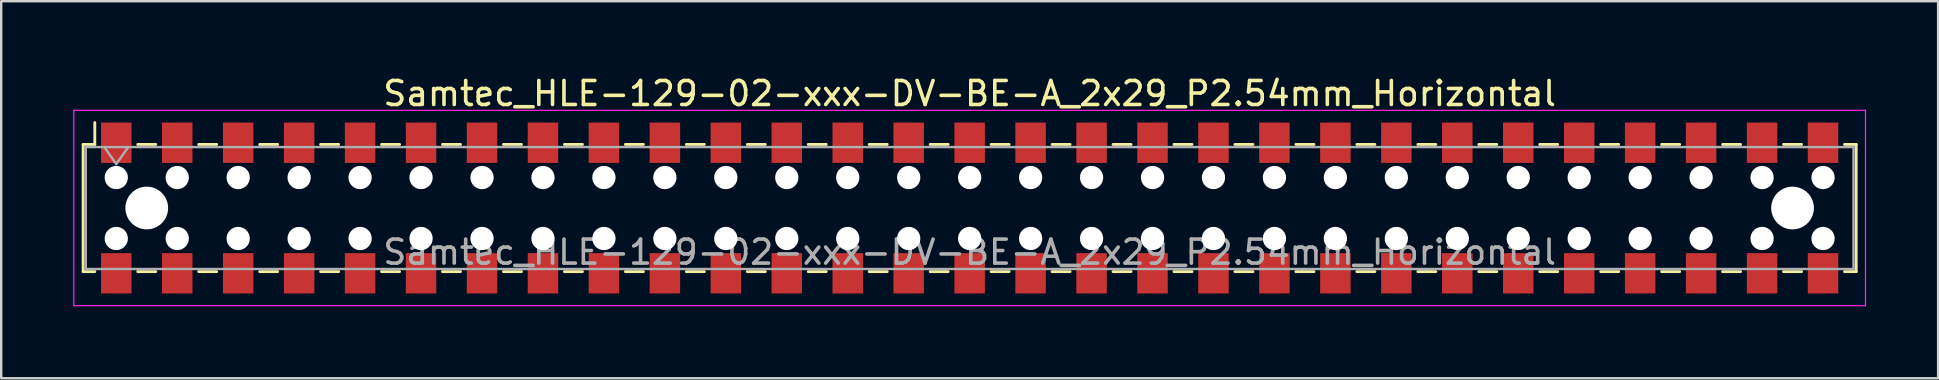
<source format=kicad_pcb>
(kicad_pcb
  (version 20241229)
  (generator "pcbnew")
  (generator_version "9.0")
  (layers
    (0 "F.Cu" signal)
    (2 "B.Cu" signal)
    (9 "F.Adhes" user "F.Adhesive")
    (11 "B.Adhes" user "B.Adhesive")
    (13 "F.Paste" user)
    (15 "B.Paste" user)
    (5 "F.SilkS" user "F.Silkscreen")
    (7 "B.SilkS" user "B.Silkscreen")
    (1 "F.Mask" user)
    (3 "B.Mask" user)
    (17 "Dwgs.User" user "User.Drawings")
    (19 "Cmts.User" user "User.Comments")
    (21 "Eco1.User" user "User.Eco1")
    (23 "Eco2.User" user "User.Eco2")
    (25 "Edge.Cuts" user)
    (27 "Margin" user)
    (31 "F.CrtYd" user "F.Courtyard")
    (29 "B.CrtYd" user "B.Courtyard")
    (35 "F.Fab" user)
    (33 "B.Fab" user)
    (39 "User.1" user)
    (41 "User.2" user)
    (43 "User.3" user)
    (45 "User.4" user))
  (footprint "Samtec_HLE-129-02-xxx-DV-BE-A_2x29_P2.54mm_Horizontal"
    (layer "F.Cu")
    (at 37.355 5.618)
    (property "Reference" "Samtec_HLE-129-02-xxx-DV-BE-A_2x29_P2.54mm_Horizontal" (at 0 -4.77 0) (layer "F.SilkS") (effects (font (size 1 1) (thickness 0.15))))
    (attr smd)
    (fp_line (start -36.94 -2.65) (end -36.94 2.65) (stroke (width 0.12) (type solid)) (layer "F.SilkS"))
    (fp_line (start -36.94 2.65) (end -36.455 2.65) (stroke (width 0.12) (type solid)) (layer "F.SilkS"))
    (fp_line (start -36.455 -3.56) (end -36.455 -2.65) (stroke (width 0.12) (type solid)) (layer "F.SilkS"))
    (fp_line (start -36.455 -2.65) (end -36.94 -2.65) (stroke (width 0.12) (type solid)) (layer "F.SilkS"))
    (fp_line (start -34.665 -2.65) (end -33.915 -2.65) (stroke (width 0.12) (type solid)) (layer "F.SilkS"))
    (fp_line (start -34.665 2.65) (end -33.915 2.65) (stroke (width 0.12) (type solid)) (layer "F.SilkS"))
    (fp_line (start -32.125 -2.65) (end -31.375 -2.65) (stroke (width 0.12) (type solid)) (layer "F.SilkS"))
    (fp_line (start -32.125 2.65) (end -31.375 2.65) (stroke (width 0.12) (type solid)) (layer "F.SilkS"))
    (fp_line (start -29.585 -2.65) (end -28.835 -2.65) (stroke (width 0.12) (type solid)) (layer "F.SilkS"))
    (fp_line (start -29.585 2.65) (end -28.835 2.65) (stroke (width 0.12) (type solid)) (layer "F.SilkS"))
    (fp_line (start -27.045 -2.65) (end -26.295 -2.65) (stroke (width 0.12) (type solid)) (layer "F.SilkS"))
    (fp_line (start -27.045 2.65) (end -26.295 2.65) (stroke (width 0.12) (type solid)) (layer "F.SilkS"))
    (fp_line (start -24.505 -2.65) (end -23.755 -2.65) (stroke (width 0.12) (type solid)) (layer "F.SilkS"))
    (fp_line (start -24.505 2.65) (end -23.755 2.65) (stroke (width 0.12) (type solid)) (layer "F.SilkS"))
    (fp_line (start -21.965 -2.65) (end -21.215 -2.65) (stroke (width 0.12) (type solid)) (layer "F.SilkS"))
    (fp_line (start -21.965 2.65) (end -21.215 2.65) (stroke (width 0.12) (type solid)) (layer "F.SilkS"))
    (fp_line (start -19.425 -2.65) (end -18.675 -2.65) (stroke (width 0.12) (type solid)) (layer "F.SilkS"))
    (fp_line (start -19.425 2.65) (end -18.675 2.65) (stroke (width 0.12) (type solid)) (layer "F.SilkS"))
    (fp_line (start -16.885 -2.65) (end -16.135 -2.65) (stroke (width 0.12) (type solid)) (layer "F.SilkS"))
    (fp_line (start -16.885 2.65) (end -16.135 2.65) (stroke (width 0.12) (type solid)) (layer "F.SilkS"))
    (fp_line (start -14.345 -2.65) (end -13.595 -2.65) (stroke (width 0.12) (type solid)) (layer "F.SilkS"))
    (fp_line (start -14.345 2.65) (end -13.595 2.65) (stroke (width 0.12) (type solid)) (layer "F.SilkS"))
    (fp_line (start -11.805 -2.65) (end -11.055 -2.65) (stroke (width 0.12) (type solid)) (layer "F.SilkS"))
    (fp_line (start -11.805 2.65) (end -11.055 2.65) (stroke (width 0.12) (type solid)) (layer "F.SilkS"))
    (fp_line (start -9.265 -2.65) (end -8.515 -2.65) (stroke (width 0.12) (type solid)) (layer "F.SilkS"))
    (fp_line (start -9.265 2.65) (end -8.515 2.65) (stroke (width 0.12) (type solid)) (layer "F.SilkS"))
    (fp_line (start -6.725 -2.65) (end -5.975 -2.65) (stroke (width 0.12) (type solid)) (layer "F.SilkS"))
    (fp_line (start -6.725 2.65) (end -5.975 2.65) (stroke (width 0.12) (type solid)) (layer "F.SilkS"))
    (fp_line (start -4.185 -2.65) (end -3.435 -2.65) (stroke (width 0.12) (type solid)) (layer "F.SilkS"))
    (fp_line (start -4.185 2.65) (end -3.435 2.65) (stroke (width 0.12) (type solid)) (layer "F.SilkS"))
    (fp_line (start -1.645 -2.65) (end -0.895 -2.65) (stroke (width 0.12) (type solid)) (layer "F.SilkS"))
    (fp_line (start -1.645 2.65) (end -0.895 2.65) (stroke (width 0.12) (type solid)) (layer "F.SilkS"))
    (fp_line (start 0.895 -2.65) (end 1.645 -2.65) (stroke (width 0.12) (type solid)) (layer "F.SilkS"))
    (fp_line (start 0.895 2.65) (end 1.645 2.65) (stroke (width 0.12) (type solid)) (layer "F.SilkS"))
    (fp_line (start 3.435 -2.65) (end 4.185 -2.65) (stroke (width 0.12) (type solid)) (layer "F.SilkS"))
    (fp_line (start 3.435 2.65) (end 4.185 2.65) (stroke (width 0.12) (type solid)) (layer "F.SilkS"))
    (fp_line (start 5.975 -2.65) (end 6.725 -2.65) (stroke (width 0.12) (type solid)) (layer "F.SilkS"))
    (fp_line (start 5.975 2.65) (end 6.725 2.65) (stroke (width 0.12) (type solid)) (layer "F.SilkS"))
    (fp_line (start 8.515 -2.65) (end 9.265 -2.65) (stroke (width 0.12) (type solid)) (layer "F.SilkS"))
    (fp_line (start 8.515 2.65) (end 9.265 2.65) (stroke (width 0.12) (type solid)) (layer "F.SilkS"))
    (fp_line (start 11.055 -2.65) (end 11.805 -2.65) (stroke (width 0.12) (type solid)) (layer "F.SilkS"))
    (fp_line (start 11.055 2.65) (end 11.805 2.65) (stroke (width 0.12) (type solid)) (layer "F.SilkS"))
    (fp_line (start 13.595 -2.65) (end 14.345 -2.65) (stroke (width 0.12) (type solid)) (layer "F.SilkS"))
    (fp_line (start 13.595 2.65) (end 14.345 2.65) (stroke (width 0.12) (type solid)) (layer "F.SilkS"))
    (fp_line (start 16.135 -2.65) (end 16.885 -2.65) (stroke (width 0.12) (type solid)) (layer "F.SilkS"))
    (fp_line (start 16.135 2.65) (end 16.885 2.65) (stroke (width 0.12) (type solid)) (layer "F.SilkS"))
    (fp_line (start 18.675 -2.65) (end 19.425 -2.65) (stroke (width 0.12) (type solid)) (layer "F.SilkS"))
    (fp_line (start 18.675 2.65) (end 19.425 2.65) (stroke (width 0.12) (type solid)) (layer "F.SilkS"))
    (fp_line (start 21.215 -2.65) (end 21.965 -2.65) (stroke (width 0.12) (type solid)) (layer "F.SilkS"))
    (fp_line (start 21.215 2.65) (end 21.965 2.65) (stroke (width 0.12) (type solid)) (layer "F.SilkS"))
    (fp_line (start 23.755 -2.65) (end 24.505 -2.65) (stroke (width 0.12) (type solid)) (layer "F.SilkS"))
    (fp_line (start 23.755 2.65) (end 24.505 2.65) (stroke (width 0.12) (type solid)) (layer "F.SilkS"))
    (fp_line (start 26.295 -2.65) (end 27.045 -2.65) (stroke (width 0.12) (type solid)) (layer "F.SilkS"))
    (fp_line (start 26.295 2.65) (end 27.045 2.65) (stroke (width 0.12) (type solid)) (layer "F.SilkS"))
    (fp_line (start 28.835 -2.65) (end 29.585 -2.65) (stroke (width 0.12) (type solid)) (layer "F.SilkS"))
    (fp_line (start 28.835 2.65) (end 29.585 2.65) (stroke (width 0.12) (type solid)) (layer "F.SilkS"))
    (fp_line (start 31.375 -2.65) (end 32.125 -2.65) (stroke (width 0.12) (type solid)) (layer "F.SilkS"))
    (fp_line (start 31.375 2.65) (end 32.125 2.65) (stroke (width 0.12) (type solid)) (layer "F.SilkS"))
    (fp_line (start 33.915 -2.65) (end 34.665 -2.65) (stroke (width 0.12) (type solid)) (layer "F.SilkS"))
    (fp_line (start 33.915 2.65) (end 34.665 2.65) (stroke (width 0.12) (type solid)) (layer "F.SilkS"))
    (fp_line (start 36.455 -2.65) (end 36.94 -2.65) (stroke (width 0.12) (type solid)) (layer "F.SilkS"))
    (fp_line (start 36.94 -2.65) (end 36.94 2.65) (stroke (width 0.12) (type solid)) (layer "F.SilkS"))
    (fp_line (start 36.94 2.65) (end 36.455 2.65) (stroke (width 0.12) (type solid)) (layer "F.SilkS"))
    (fp_line (start -37.33 -4.07) (end 37.33 -4.07) (stroke (width 0.05) (type solid)) (layer "F.CrtYd"))
    (fp_line (start -37.33 4.07) (end -37.33 -4.07) (stroke (width 0.05) (type solid)) (layer "F.CrtYd"))
    (fp_line (start 37.33 -4.07) (end 37.33 4.07) (stroke (width 0.05) (type solid)) (layer "F.CrtYd"))
    (fp_line (start 37.33 4.07) (end -37.33 4.07) (stroke (width 0.05) (type solid)) (layer "F.CrtYd"))
    (fp_line (start -36.83 -2.54) (end 36.83 -2.54) (stroke (width 0.1) (type solid)) (layer "F.Fab"))
    (fp_line (start -36.83 2.54) (end -36.83 -2.54) (stroke (width 0.1) (type solid)) (layer "F.Fab"))
    (fp_line (start -36.06 -2.54) (end -35.56 -1.833) (stroke (width 0.1) (type solid)) (layer "F.Fab"))
    (fp_line (start -35.56 -1.833) (end -35.06 -2.54) (stroke (width 0.1) (type solid)) (layer "F.Fab"))
    (fp_line (start 36.83 -2.54) (end 36.83 2.54) (stroke (width 0.1) (type solid)) (layer "F.Fab"))
    (fp_line (start 36.83 2.54) (end -36.83 2.54) (stroke (width 0.1) (type solid)) (layer "F.Fab"))
    (fp_text user "${REFERENCE}" (at 0 1.84 0) (layer "F.Fab") (effects (font (size 1 1) (thickness 0.15))))
    (pad "" np_thru_hole circle (at -35.56 -1.27) (size 0.97 0.97) (drill 0.97) (layers "*.Cu" "*.Mask"))
    (pad "" np_thru_hole circle (at -35.56 1.27) (size 0.97 0.97) (drill 0.97) (layers "*.Cu" "*.Mask"))
    (pad "" np_thru_hole circle (at -34.29 0) (size 1.78 1.78) (drill 1.78) (layers "*.Cu" "*.Mask"))
    (pad "" np_thru_hole circle (at -33.02 -1.27) (size 0.97 0.97) (drill 0.97) (layers "*.Cu" "*.Mask"))
    (pad "" np_thru_hole circle (at -33.02 1.27) (size 0.97 0.97) (drill 0.97) (layers "*.Cu" "*.Mask"))
    (pad "" np_thru_hole circle (at -30.48 -1.27) (size 0.97 0.97) (drill 0.97) (layers "*.Cu" "*.Mask"))
    (pad "" np_thru_hole circle (at -30.48 1.27) (size 0.97 0.97) (drill 0.97) (layers "*.Cu" "*.Mask"))
    (pad "" np_thru_hole circle (at -27.94 -1.27) (size 0.97 0.97) (drill 0.97) (layers "*.Cu" "*.Mask"))
    (pad "" np_thru_hole circle (at -27.94 1.27) (size 0.97 0.97) (drill 0.97) (layers "*.Cu" "*.Mask"))
    (pad "" np_thru_hole circle (at -25.4 -1.27) (size 0.97 0.97) (drill 0.97) (layers "*.Cu" "*.Mask"))
    (pad "" np_thru_hole circle (at -25.4 1.27) (size 0.97 0.97) (drill 0.97) (layers "*.Cu" "*.Mask"))
    (pad "" np_thru_hole circle (at -22.86 -1.27) (size 0.97 0.97) (drill 0.97) (layers "*.Cu" "*.Mask"))
    (pad "" np_thru_hole circle (at -22.86 1.27) (size 0.97 0.97) (drill 0.97) (layers "*.Cu" "*.Mask"))
    (pad "" np_thru_hole circle (at -20.32 -1.27) (size 0.97 0.97) (drill 0.97) (layers "*.Cu" "*.Mask"))
    (pad "" np_thru_hole circle (at -20.32 1.27) (size 0.97 0.97) (drill 0.97) (layers "*.Cu" "*.Mask"))
    (pad "" np_thru_hole circle (at -17.78 -1.27) (size 0.97 0.97) (drill 0.97) (layers "*.Cu" "*.Mask"))
    (pad "" np_thru_hole circle (at -17.78 1.27) (size 0.97 0.97) (drill 0.97) (layers "*.Cu" "*.Mask"))
    (pad "" np_thru_hole circle (at -15.24 -1.27) (size 0.97 0.97) (drill 0.97) (layers "*.Cu" "*.Mask"))
    (pad "" np_thru_hole circle (at -15.24 1.27) (size 0.97 0.97) (drill 0.97) (layers "*.Cu" "*.Mask"))
    (pad "" np_thru_hole circle (at -12.7 -1.27) (size 0.97 0.97) (drill 0.97) (layers "*.Cu" "*.Mask"))
    (pad "" np_thru_hole circle (at -12.7 1.27) (size 0.97 0.97) (drill 0.97) (layers "*.Cu" "*.Mask"))
    (pad "" np_thru_hole circle (at -10.16 -1.27) (size 0.97 0.97) (drill 0.97) (layers "*.Cu" "*.Mask"))
    (pad "" np_thru_hole circle (at -10.16 1.27) (size 0.97 0.97) (drill 0.97) (layers "*.Cu" "*.Mask"))
    (pad "" np_thru_hole circle (at -7.62 -1.27) (size 0.97 0.97) (drill 0.97) (layers "*.Cu" "*.Mask"))
    (pad "" np_thru_hole circle (at -7.62 1.27) (size 0.97 0.97) (drill 0.97) (layers "*.Cu" "*.Mask"))
    (pad "" np_thru_hole circle (at -5.08 -1.27) (size 0.97 0.97) (drill 0.97) (layers "*.Cu" "*.Mask"))
    (pad "" np_thru_hole circle (at -5.08 1.27) (size 0.97 0.97) (drill 0.97) (layers "*.Cu" "*.Mask"))
    (pad "" np_thru_hole circle (at -2.54 -1.27) (size 0.97 0.97) (drill 0.97) (layers "*.Cu" "*.Mask"))
    (pad "" np_thru_hole circle (at -2.54 1.27) (size 0.97 0.97) (drill 0.97) (layers "*.Cu" "*.Mask"))
    (pad "" np_thru_hole circle (at 0 -1.27) (size 0.97 0.97) (drill 0.97) (layers "*.Cu" "*.Mask"))
    (pad "" np_thru_hole circle (at 0 1.27) (size 0.97 0.97) (drill 0.97) (layers "*.Cu" "*.Mask"))
    (pad "" np_thru_hole circle (at 2.54 -1.27) (size 0.97 0.97) (drill 0.97) (layers "*.Cu" "*.Mask"))
    (pad "" np_thru_hole circle (at 2.54 1.27) (size 0.97 0.97) (drill 0.97) (layers "*.Cu" "*.Mask"))
    (pad "" np_thru_hole circle (at 5.08 -1.27) (size 0.97 0.97) (drill 0.97) (layers "*.Cu" "*.Mask"))
    (pad "" np_thru_hole circle (at 5.08 1.27) (size 0.97 0.97) (drill 0.97) (layers "*.Cu" "*.Mask"))
    (pad "" np_thru_hole circle (at 7.62 -1.27) (size 0.97 0.97) (drill 0.97) (layers "*.Cu" "*.Mask"))
    (pad "" np_thru_hole circle (at 7.62 1.27) (size 0.97 0.97) (drill 0.97) (layers "*.Cu" "*.Mask"))
    (pad "" np_thru_hole circle (at 10.16 -1.27) (size 0.97 0.97) (drill 0.97) (layers "*.Cu" "*.Mask"))
    (pad "" np_thru_hole circle (at 10.16 1.27) (size 0.97 0.97) (drill 0.97) (layers "*.Cu" "*.Mask"))
    (pad "" np_thru_hole circle (at 12.7 -1.27) (size 0.97 0.97) (drill 0.97) (layers "*.Cu" "*.Mask"))
    (pad "" np_thru_hole circle (at 12.7 1.27) (size 0.97 0.97) (drill 0.97) (layers "*.Cu" "*.Mask"))
    (pad "" np_thru_hole circle (at 15.24 -1.27) (size 0.97 0.97) (drill 0.97) (layers "*.Cu" "*.Mask"))
    (pad "" np_thru_hole circle (at 15.24 1.27) (size 0.97 0.97) (drill 0.97) (layers "*.Cu" "*.Mask"))
    (pad "" np_thru_hole circle (at 17.78 -1.27) (size 0.97 0.97) (drill 0.97) (layers "*.Cu" "*.Mask"))
    (pad "" np_thru_hole circle (at 17.78 1.27) (size 0.97 0.97) (drill 0.97) (layers "*.Cu" "*.Mask"))
    (pad "" np_thru_hole circle (at 20.32 -1.27) (size 0.97 0.97) (drill 0.97) (layers "*.Cu" "*.Mask"))
    (pad "" np_thru_hole circle (at 20.32 1.27) (size 0.97 0.97) (drill 0.97) (layers "*.Cu" "*.Mask"))
    (pad "" np_thru_hole circle (at 22.86 -1.27) (size 0.97 0.97) (drill 0.97) (layers "*.Cu" "*.Mask"))
    (pad "" np_thru_hole circle (at 22.86 1.27) (size 0.97 0.97) (drill 0.97) (layers "*.Cu" "*.Mask"))
    (pad "" np_thru_hole circle (at 25.4 -1.27) (size 0.97 0.97) (drill 0.97) (layers "*.Cu" "*.Mask"))
    (pad "" np_thru_hole circle (at 25.4 1.27) (size 0.97 0.97) (drill 0.97) (layers "*.Cu" "*.Mask"))
    (pad "" np_thru_hole circle (at 27.94 -1.27) (size 0.97 0.97) (drill 0.97) (layers "*.Cu" "*.Mask"))
    (pad "" np_thru_hole circle (at 27.94 1.27) (size 0.97 0.97) (drill 0.97) (layers "*.Cu" "*.Mask"))
    (pad "" np_thru_hole circle (at 30.48 -1.27) (size 0.97 0.97) (drill 0.97) (layers "*.Cu" "*.Mask"))
    (pad "" np_thru_hole circle (at 30.48 1.27) (size 0.97 0.97) (drill 0.97) (layers "*.Cu" "*.Mask"))
    (pad "" np_thru_hole circle (at 33.02 -1.27) (size 0.97 0.97) (drill 0.97) (layers "*.Cu" "*.Mask"))
    (pad "" np_thru_hole circle (at 33.02 1.27) (size 0.97 0.97) (drill 0.97) (layers "*.Cu" "*.Mask"))
    (pad "" np_thru_hole circle (at 34.29 0) (size 1.78 1.78) (drill 1.78) (layers "*.Cu" "*.Mask"))
    (pad "" np_thru_hole circle (at 35.56 -1.27) (size 0.97 0.97) (drill 0.97) (layers "*.Cu" "*.Mask"))
    (pad "" np_thru_hole circle (at 35.56 1.27) (size 0.97 0.97) (drill 0.97) (layers "*.Cu" "*.Mask"))
    (pad "1" smd rect (at -35.56 -2.72) (size 1.27 1.68) (layers "F.Cu" "F.Mask" "F.Paste"))
    (pad "2" smd rect (at -35.56 2.72) (size 1.27 1.68) (layers "F.Cu" "F.Mask" "F.Paste"))
    (pad "3" smd rect (at -33.02 -2.72) (size 1.27 1.68) (layers "F.Cu" "F.Mask" "F.Paste"))
    (pad "4" smd rect (at -33.02 2.72) (size 1.27 1.68) (layers "F.Cu" "F.Mask" "F.Paste"))
    (pad "5" smd rect (at -30.48 -2.72) (size 1.27 1.68) (layers "F.Cu" "F.Mask" "F.Paste"))
    (pad "6" smd rect (at -30.48 2.72) (size 1.27 1.68) (layers "F.Cu" "F.Mask" "F.Paste"))
    (pad "7" smd rect (at -27.94 -2.72) (size 1.27 1.68) (layers "F.Cu" "F.Mask" "F.Paste"))
    (pad "8" smd rect (at -27.94 2.72) (size 1.27 1.68) (layers "F.Cu" "F.Mask" "F.Paste"))
    (pad "9" smd rect (at -25.4 -2.72) (size 1.27 1.68) (layers "F.Cu" "F.Mask" "F.Paste"))
    (pad "10" smd rect (at -25.4 2.72) (size 1.27 1.68) (layers "F.Cu" "F.Mask" "F.Paste"))
    (pad "11" smd rect (at -22.86 -2.72) (size 1.27 1.68) (layers "F.Cu" "F.Mask" "F.Paste"))
    (pad "12" smd rect (at -22.86 2.72) (size 1.27 1.68) (layers "F.Cu" "F.Mask" "F.Paste"))
    (pad "13" smd rect (at -20.32 -2.72) (size 1.27 1.68) (layers "F.Cu" "F.Mask" "F.Paste"))
    (pad "14" smd rect (at -20.32 2.72) (size 1.27 1.68) (layers "F.Cu" "F.Mask" "F.Paste"))
    (pad "15" smd rect (at -17.78 -2.72) (size 1.27 1.68) (layers "F.Cu" "F.Mask" "F.Paste"))
    (pad "16" smd rect (at -17.78 2.72) (size 1.27 1.68) (layers "F.Cu" "F.Mask" "F.Paste"))
    (pad "17" smd rect (at -15.24 -2.72) (size 1.27 1.68) (layers "F.Cu" "F.Mask" "F.Paste"))
    (pad "18" smd rect (at -15.24 2.72) (size 1.27 1.68) (layers "F.Cu" "F.Mask" "F.Paste"))
    (pad "19" smd rect (at -12.7 -2.72) (size 1.27 1.68) (layers "F.Cu" "F.Mask" "F.Paste"))
    (pad "20" smd rect (at -12.7 2.72) (size 1.27 1.68) (layers "F.Cu" "F.Mask" "F.Paste"))
    (pad "21" smd rect (at -10.16 -2.72) (size 1.27 1.68) (layers "F.Cu" "F.Mask" "F.Paste"))
    (pad "22" smd rect (at -10.16 2.72) (size 1.27 1.68) (layers "F.Cu" "F.Mask" "F.Paste"))
    (pad "23" smd rect (at -7.62 -2.72) (size 1.27 1.68) (layers "F.Cu" "F.Mask" "F.Paste"))
    (pad "24" smd rect (at -7.62 2.72) (size 1.27 1.68) (layers "F.Cu" "F.Mask" "F.Paste"))
    (pad "25" smd rect (at -5.08 -2.72) (size 1.27 1.68) (layers "F.Cu" "F.Mask" "F.Paste"))
    (pad "26" smd rect (at -5.08 2.72) (size 1.27 1.68) (layers "F.Cu" "F.Mask" "F.Paste"))
    (pad "27" smd rect (at -2.54 -2.72) (size 1.27 1.68) (layers "F.Cu" "F.Mask" "F.Paste"))
    (pad "28" smd rect (at -2.54 2.72) (size 1.27 1.68) (layers "F.Cu" "F.Mask" "F.Paste"))
    (pad "29" smd rect (at 0 -2.72) (size 1.27 1.68) (layers "F.Cu" "F.Mask" "F.Paste"))
    (pad "30" smd rect (at 0 2.72) (size 1.27 1.68) (layers "F.Cu" "F.Mask" "F.Paste"))
    (pad "31" smd rect (at 2.54 -2.72) (size 1.27 1.68) (layers "F.Cu" "F.Mask" "F.Paste"))
    (pad "32" smd rect (at 2.54 2.72) (size 1.27 1.68) (layers "F.Cu" "F.Mask" "F.Paste"))
    (pad "33" smd rect (at 5.08 -2.72) (size 1.27 1.68) (layers "F.Cu" "F.Mask" "F.Paste"))
    (pad "34" smd rect (at 5.08 2.72) (size 1.27 1.68) (layers "F.Cu" "F.Mask" "F.Paste"))
    (pad "35" smd rect (at 7.62 -2.72) (size 1.27 1.68) (layers "F.Cu" "F.Mask" "F.Paste"))
    (pad "36" smd rect (at 7.62 2.72) (size 1.27 1.68) (layers "F.Cu" "F.Mask" "F.Paste"))
    (pad "37" smd rect (at 10.16 -2.72) (size 1.27 1.68) (layers "F.Cu" "F.Mask" "F.Paste"))
    (pad "38" smd rect (at 10.16 2.72) (size 1.27 1.68) (layers "F.Cu" "F.Mask" "F.Paste"))
    (pad "39" smd rect (at 12.7 -2.72) (size 1.27 1.68) (layers "F.Cu" "F.Mask" "F.Paste"))
    (pad "40" smd rect (at 12.7 2.72) (size 1.27 1.68) (layers "F.Cu" "F.Mask" "F.Paste"))
    (pad "41" smd rect (at 15.24 -2.72) (size 1.27 1.68) (layers "F.Cu" "F.Mask" "F.Paste"))
    (pad "42" smd rect (at 15.24 2.72) (size 1.27 1.68) (layers "F.Cu" "F.Mask" "F.Paste"))
    (pad "43" smd rect (at 17.78 -2.72) (size 1.27 1.68) (layers "F.Cu" "F.Mask" "F.Paste"))
    (pad "44" smd rect (at 17.78 2.72) (size 1.27 1.68) (layers "F.Cu" "F.Mask" "F.Paste"))
    (pad "45" smd rect (at 20.32 -2.72) (size 1.27 1.68) (layers "F.Cu" "F.Mask" "F.Paste"))
    (pad "46" smd rect (at 20.32 2.72) (size 1.27 1.68) (layers "F.Cu" "F.Mask" "F.Paste"))
    (pad "47" smd rect (at 22.86 -2.72) (size 1.27 1.68) (layers "F.Cu" "F.Mask" "F.Paste"))
    (pad "48" smd rect (at 22.86 2.72) (size 1.27 1.68) (layers "F.Cu" "F.Mask" "F.Paste"))
    (pad "49" smd rect (at 25.4 -2.72) (size 1.27 1.68) (layers "F.Cu" "F.Mask" "F.Paste"))
    (pad "50" smd rect (at 25.4 2.72) (size 1.27 1.68) (layers "F.Cu" "F.Mask" "F.Paste"))
    (pad "51" smd rect (at 27.94 -2.72) (size 1.27 1.68) (layers "F.Cu" "F.Mask" "F.Paste"))
    (pad "52" smd rect (at 27.94 2.72) (size 1.27 1.68) (layers "F.Cu" "F.Mask" "F.Paste"))
    (pad "53" smd rect (at 30.48 -2.72) (size 1.27 1.68) (layers "F.Cu" "F.Mask" "F.Paste"))
    (pad "54" smd rect (at 30.48 2.72) (size 1.27 1.68) (layers "F.Cu" "F.Mask" "F.Paste"))
    (pad "55" smd rect (at 33.02 -2.72) (size 1.27 1.68) (layers "F.Cu" "F.Mask" "F.Paste"))
    (pad "56" smd rect (at 33.02 2.72) (size 1.27 1.68) (layers "F.Cu" "F.Mask" "F.Paste"))
    (pad "57" smd rect (at 35.56 -2.72) (size 1.27 1.68) (layers "F.Cu" "F.Mask" "F.Paste"))
    (pad "58" smd rect (at 35.56 2.72) (size 1.27 1.68) (layers "F.Cu" "F.Mask" "F.Paste")))
  (gr_rect
    (start -3 -3)
    (end 77.71 12.713)
    (stroke (width 0.1) (type default))
    (fill no)
    (layer "Edge.Cuts")))
</source>
